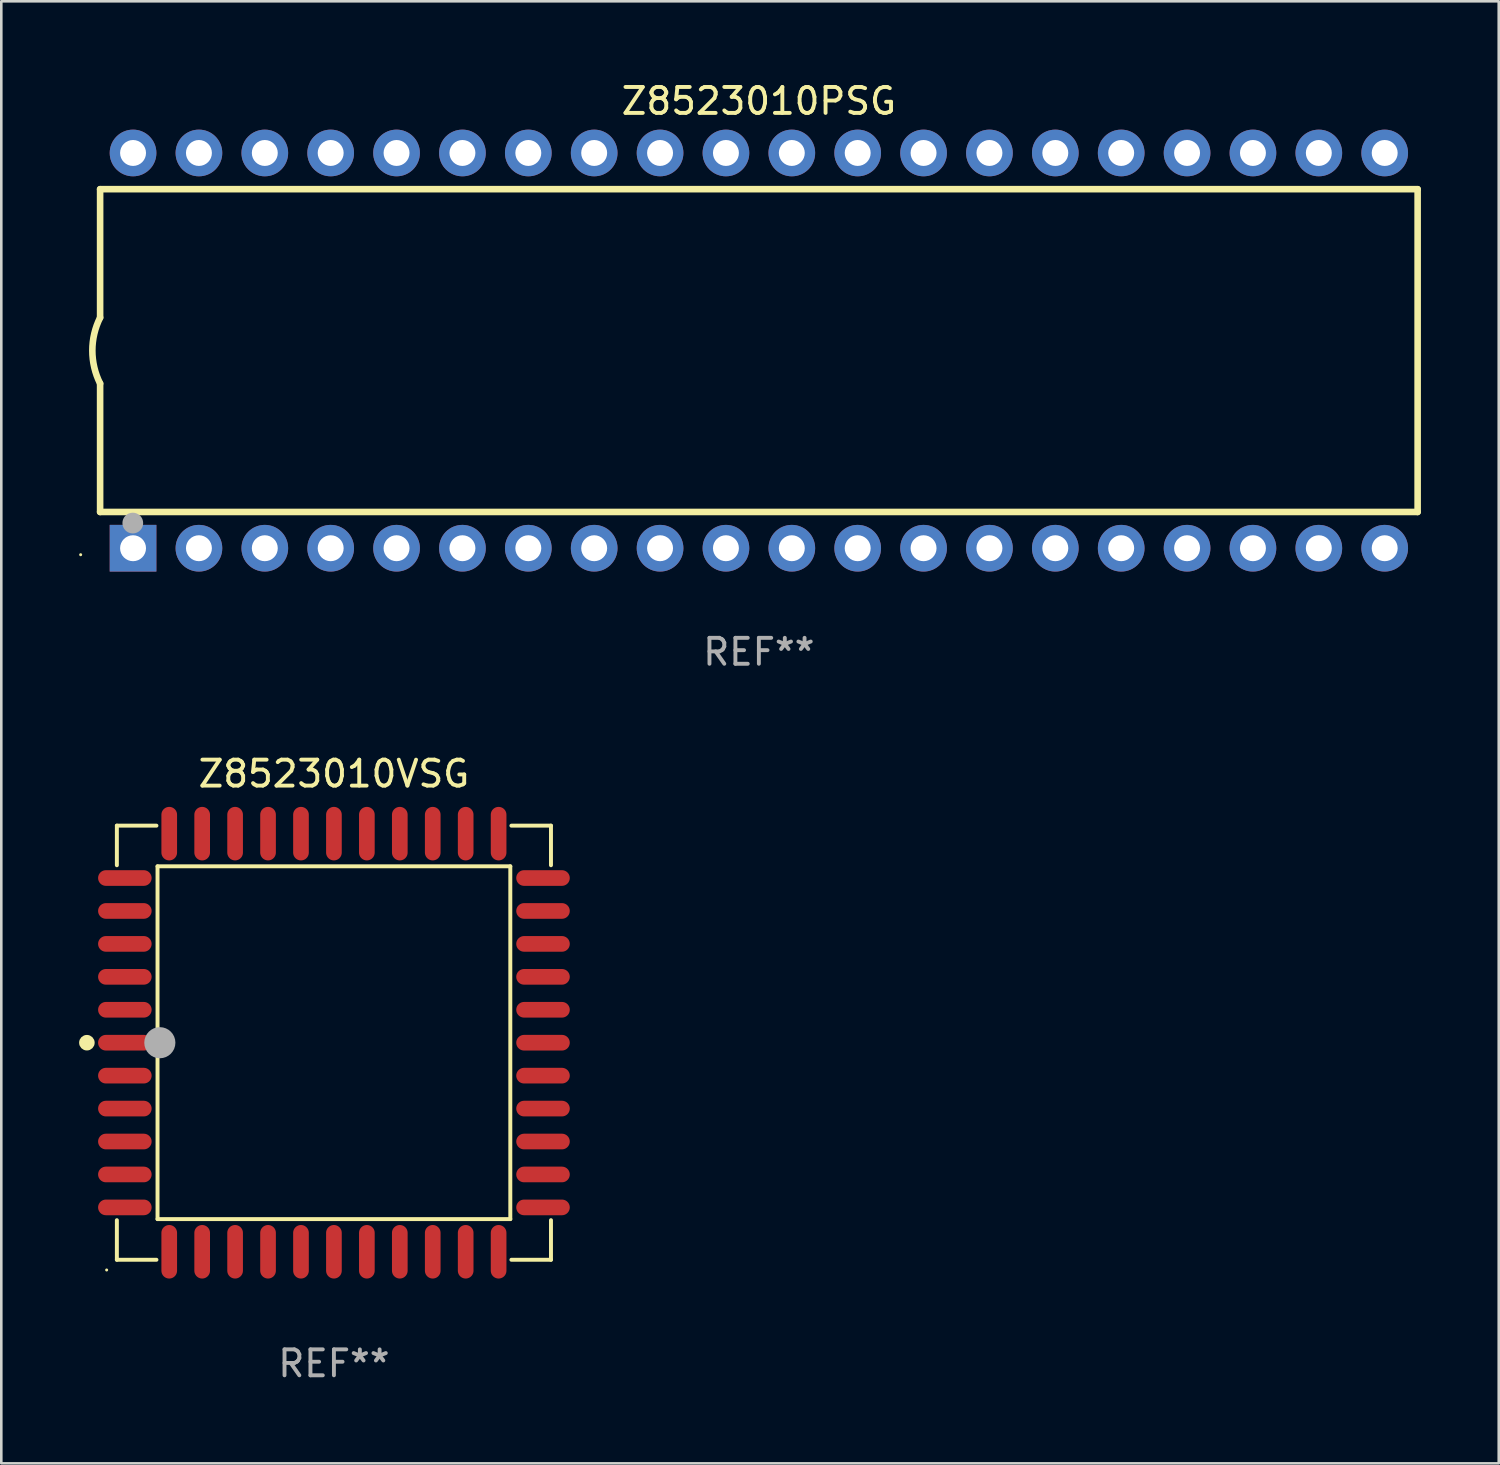
<source format=kicad_pcb>
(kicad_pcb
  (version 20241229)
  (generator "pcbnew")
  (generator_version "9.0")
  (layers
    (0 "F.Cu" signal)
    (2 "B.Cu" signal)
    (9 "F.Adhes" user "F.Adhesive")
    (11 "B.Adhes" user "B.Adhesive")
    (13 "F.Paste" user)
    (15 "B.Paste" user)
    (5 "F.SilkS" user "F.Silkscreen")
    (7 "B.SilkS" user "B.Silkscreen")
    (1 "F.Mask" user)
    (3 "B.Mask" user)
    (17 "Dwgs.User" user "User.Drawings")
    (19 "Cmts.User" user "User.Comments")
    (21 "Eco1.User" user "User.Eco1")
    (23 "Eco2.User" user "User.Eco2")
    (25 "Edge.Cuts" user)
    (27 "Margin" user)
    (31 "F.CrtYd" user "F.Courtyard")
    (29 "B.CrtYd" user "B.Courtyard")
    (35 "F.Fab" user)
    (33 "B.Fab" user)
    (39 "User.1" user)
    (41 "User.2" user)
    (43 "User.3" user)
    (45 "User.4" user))
  (footprint "Z8523010VSG"
    (layer "F.Cu")
    (at 9.825 37.154)
    (property "Reference" "Z8523010VSG" (at 0 -10.369 0) (layer "F.SilkS") (effects (font (size 1 1) (thickness 0.15))))
    (attr through_hole)
    (fp_line (start -8.369 -8.369) (end -6.843 -8.369) (stroke (width 0.152) (type solid)) (layer "F.SilkS"))
    (fp_line (start -8.369 -6.843) (end -8.369 -8.369) (stroke (width 0.152) (type solid)) (layer "F.SilkS"))
    (fp_line (start -8.369 6.843) (end -8.369 8.369) (stroke (width 0.152) (type solid)) (layer "F.SilkS"))
    (fp_line (start -8.369 8.369) (end -6.843 8.369) (stroke (width 0.152) (type solid)) (layer "F.SilkS"))
    (fp_line (start -6.801 -6.801) (end 6.801 -6.801) (stroke (width 0.152) (type solid)) (layer "F.SilkS"))
    (fp_line (start -6.801 6.801) (end -6.801 -6.801) (stroke (width 0.152) (type solid)) (layer "F.SilkS"))
    (fp_line (start 6.801 -6.801) (end 6.801 6.801) (stroke (width 0.152) (type solid)) (layer "F.SilkS"))
    (fp_line (start 6.801 6.801) (end -6.801 6.801) (stroke (width 0.152) (type solid)) (layer "F.SilkS"))
    (fp_line (start 8.369 -8.369) (end 6.843 -8.369) (stroke (width 0.152) (type solid)) (layer "F.SilkS"))
    (fp_line (start 8.369 -6.843) (end 8.369 -8.369) (stroke (width 0.152) (type solid)) (layer "F.SilkS"))
    (fp_line (start 8.369 6.843) (end 8.369 8.369) (stroke (width 0.152) (type solid)) (layer "F.SilkS"))
    (fp_line (start 8.369 8.369) (end 6.843 8.369) (stroke (width 0.152) (type solid)) (layer "F.SilkS"))
    (fp_circle (center -9.525 -0.000127) (end -9.375 -0.000127) (stroke (width 0.3) (type solid)) (fill no) (layer "F.SilkS"))
    (fp_circle (center -8.763 8.763) (end -8.733 8.763) (stroke (width 0.06) (type solid)) (fill no) (layer "F.SilkS"))
    (fp_circle (center -6.712 -0.000127) (end -6.412 -0.000127) (stroke (width 0.6) (type solid)) (fill no) (layer "F.Fab"))
    (fp_text user "REF**" (at 0 12.369 0) (layer "F.Fab") (effects (font (size 1 1) (thickness 0.15))))
    (pad "1" smd oval (at -8.061 -0.000127 90) (size 0.604 2.064) (layers "F.Cu" "F.Mask" "F.Paste"))
    (pad "2" smd oval (at -8.061 1.27 90) (size 0.604 2.064) (layers "F.Cu" "F.Mask" "F.Paste"))
    (pad "3" smd oval (at -8.061 2.54 90) (size 0.604 2.064) (layers "F.Cu" "F.Mask" "F.Paste"))
    (pad "4" smd oval (at -8.061 3.81 90) (size 0.604 2.064) (layers "F.Cu" "F.Mask" "F.Paste"))
    (pad "5" smd oval (at -8.061 5.08 90) (size 0.604 2.064) (layers "F.Cu" "F.Mask" "F.Paste"))
    (pad "6" smd oval (at -8.061 6.35 90) (size 0.604 2.064) (layers "F.Cu" "F.Mask" "F.Paste"))
    (pad "7" smd oval (at -6.35 8.061 90) (size 2.064 0.604) (layers "F.Cu" "F.Mask" "F.Paste"))
    (pad "8" smd oval (at -5.08 8.061 90) (size 2.064 0.604) (layers "F.Cu" "F.Mask" "F.Paste"))
    (pad "9" smd oval (at -3.81 8.061 90) (size 2.064 0.604) (layers "F.Cu" "F.Mask" "F.Paste"))
    (pad "10" smd oval (at -2.54 8.061 90) (size 2.064 0.604) (layers "F.Cu" "F.Mask" "F.Paste"))
    (pad "11" smd oval (at -1.27 8.061 90) (size 2.064 0.604) (layers "F.Cu" "F.Mask" "F.Paste"))
    (pad "12" smd oval (at 0.000076 8.061 90) (size 2.064 0.604) (layers "F.Cu" "F.Mask" "F.Paste"))
    (pad "13" smd oval (at 1.27 8.061 90) (size 2.064 0.604) (layers "F.Cu" "F.Mask" "F.Paste"))
    (pad "14" smd oval (at 2.54 8.061 90) (size 2.064 0.604) (layers "F.Cu" "F.Mask" "F.Paste"))
    (pad "15" smd oval (at 3.81 8.061 90) (size 2.064 0.604) (layers "F.Cu" "F.Mask" "F.Paste"))
    (pad "16" smd oval (at 5.08 8.061 90) (size 2.064 0.604) (layers "F.Cu" "F.Mask" "F.Paste"))
    (pad "17" smd oval (at 6.35 8.061 90) (size 2.064 0.604) (layers "F.Cu" "F.Mask" "F.Paste"))
    (pad "18" smd oval (at 8.062 6.35 90) (size 0.604 2.064) (layers "F.Cu" "F.Mask" "F.Paste"))
    (pad "19" smd oval (at 8.062 5.08 90) (size 0.604 2.064) (layers "F.Cu" "F.Mask" "F.Paste"))
    (pad "20" smd oval (at 8.062 3.81 90) (size 0.604 2.064) (layers "F.Cu" "F.Mask" "F.Paste"))
    (pad "21" smd oval (at 8.062 2.54 90) (size 0.604 2.064) (layers "F.Cu" "F.Mask" "F.Paste"))
    (pad "22" smd oval (at 8.062 1.27 90) (size 0.604 2.064) (layers "F.Cu" "F.Mask" "F.Paste"))
    (pad "23" smd oval (at 8.062 -0.000127 90) (size 0.604 2.064) (layers "F.Cu" "F.Mask" "F.Paste"))
    (pad "24" smd oval (at 8.062 -1.27 90) (size 0.604 2.064) (layers "F.Cu" "F.Mask" "F.Paste"))
    (pad "25" smd oval (at 8.062 -2.54 90) (size 0.604 2.064) (layers "F.Cu" "F.Mask" "F.Paste"))
    (pad "26" smd oval (at 8.062 -3.81 90) (size 0.604 2.064) (layers "F.Cu" "F.Mask" "F.Paste"))
    (pad "27" smd oval (at 8.062 -5.08 90) (size 0.604 2.064) (layers "F.Cu" "F.Mask" "F.Paste"))
    (pad "28" smd oval (at 8.062 -6.35 90) (size 0.604 2.064) (layers "F.Cu" "F.Mask" "F.Paste"))
    (pad "29" smd oval (at 6.35 -8.061 90) (size 2.064 0.604) (layers "F.Cu" "F.Mask" "F.Paste"))
    (pad "30" smd oval (at 5.08 -8.061 90) (size 2.064 0.604) (layers "F.Cu" "F.Mask" "F.Paste"))
    (pad "31" smd oval (at 3.81 -8.061 90) (size 2.064 0.604) (layers "F.Cu" "F.Mask" "F.Paste"))
    (pad "32" smd oval (at 2.54 -8.061 90) (size 2.064 0.604) (layers "F.Cu" "F.Mask" "F.Paste"))
    (pad "33" smd oval (at 1.27 -8.061 90) (size 2.064 0.604) (layers "F.Cu" "F.Mask" "F.Paste"))
    (pad "34" smd oval (at 0.000076 -8.061 90) (size 2.064 0.604) (layers "F.Cu" "F.Mask" "F.Paste"))
    (pad "35" smd oval (at -1.27 -8.061 90) (size 2.064 0.604) (layers "F.Cu" "F.Mask" "F.Paste"))
    (pad "36" smd oval (at -2.54 -8.061 90) (size 2.064 0.604) (layers "F.Cu" "F.Mask" "F.Paste"))
    (pad "37" smd oval (at -3.81 -8.061 90) (size 2.064 0.604) (layers "F.Cu" "F.Mask" "F.Paste"))
    (pad "38" smd oval (at -5.08 -8.061 90) (size 2.064 0.604) (layers "F.Cu" "F.Mask" "F.Paste"))
    (pad "39" smd oval (at -6.35 -8.061 90) (size 2.064 0.604) (layers "F.Cu" "F.Mask" "F.Paste"))
    (pad "40" smd oval (at -8.061 -6.35 90) (size 0.604 2.064) (layers "F.Cu" "F.Mask" "F.Paste"))
    (pad "41" smd oval (at -8.061 -5.08 90) (size 0.604 2.064) (layers "F.Cu" "F.Mask" "F.Paste"))
    (pad "42" smd oval (at -8.061 -3.81 90) (size 0.604 2.064) (layers "F.Cu" "F.Mask" "F.Paste"))
    (pad "43" smd oval (at -8.061 -2.54 90) (size 0.604 2.064) (layers "F.Cu" "F.Mask" "F.Paste"))
    (pad "44" smd oval (at -8.061 -1.27 90) (size 0.604 2.064) (layers "F.Cu" "F.Mask" "F.Paste")))
  (footprint "Z8523010PSG"
    (layer "F.Cu")
    (at 26.21 10.468)
    (property "Reference" "Z8523010PSG" (at 0 -9.62 0) (layer "F.SilkS") (effects (font (size 1 1) (thickness 0.15))))
    (attr through_hole)
    (fp_line (start -25.4 -6.224) (end -25.4 -1.271) (stroke (width 0.254) (type solid)) (layer "F.SilkS"))
    (fp_line (start -25.4 -6.224) (end 25.4 -6.224) (stroke (width 0.254) (type solid)) (layer "F.SilkS"))
    (fp_line (start -25.4 1.269) (end -25.4 6.222) (stroke (width 0.254) (type solid)) (layer "F.SilkS"))
    (fp_line (start -25.4 6.222) (end 25.4 6.222) (stroke (width 0.254) (type solid)) (layer "F.SilkS"))
    (fp_line (start 25.4 6.222) (end 25.4 -6.224) (stroke (width 0.254) (type solid)) (layer "F.SilkS"))
    (fp_arc (start -25.4 1.269241) (mid -25.699807 -0.000762) (end -25.4 -1.270765) (stroke (width 0.254001) (type solid)) (layer "F.SilkS"))
    (fp_circle (center -26.15 7.87) (end -26.12 7.87) (stroke (width 0.06) (type solid)) (fill no) (layer "F.SilkS"))
    (fp_circle (center -24.14 6.65) (end -23.94 6.65) (stroke (width 0.4) (type solid)) (fill no) (layer "F.Fab"))
    (fp_text user "REF**" (at 0 11.62 0) (layer "F.Fab") (effects (font (size 1 1) (thickness 0.15))))
    (pad "1" thru_hole rect (at -24.13 7.62 90) (size 1.8 1.8) (drill 1) (layers "*.Cu" "*.Mask"))
    (pad "2" thru_hole circle (at -21.59 7.62) (size 1.8 1.8) (drill 1) (layers "*.Cu" "*.Mask"))
    (pad "3" thru_hole circle (at -19.05 7.62) (size 1.8 1.8) (drill 1) (layers "*.Cu" "*.Mask"))
    (pad "4" thru_hole circle (at -16.51 7.62) (size 1.8 1.8) (drill 1) (layers "*.Cu" "*.Mask"))
    (pad "5" thru_hole circle (at -13.97 7.62) (size 1.8 1.8) (drill 1) (layers "*.Cu" "*.Mask"))
    (pad "6" thru_hole circle (at -11.43 7.62) (size 1.8 1.8) (drill 1) (layers "*.Cu" "*.Mask"))
    (pad "7" thru_hole circle (at -8.89 7.62) (size 1.8 1.8) (drill 1) (layers "*.Cu" "*.Mask"))
    (pad "8" thru_hole circle (at -6.35 7.62) (size 1.8 1.8) (drill 1) (layers "*.Cu" "*.Mask"))
    (pad "9" thru_hole circle (at -3.81 7.62) (size 1.8 1.8) (drill 1) (layers "*.Cu" "*.Mask"))
    (pad "10" thru_hole circle (at -1.27 7.62) (size 1.8 1.8) (drill 1) (layers "*.Cu" "*.Mask"))
    (pad "11" thru_hole circle (at 1.27 7.62) (size 1.8 1.8) (drill 1) (layers "*.Cu" "*.Mask"))
    (pad "12" thru_hole circle (at 3.81 7.62) (size 1.8 1.8) (drill 1) (layers "*.Cu" "*.Mask"))
    (pad "13" thru_hole circle (at 6.35 7.62) (size 1.8 1.8) (drill 1) (layers "*.Cu" "*.Mask"))
    (pad "14" thru_hole circle (at 8.89 7.62) (size 1.8 1.8) (drill 1) (layers "*.Cu" "*.Mask"))
    (pad "15" thru_hole circle (at 11.43 7.62) (size 1.8 1.8) (drill 1) (layers "*.Cu" "*.Mask"))
    (pad "16" thru_hole circle (at 13.97 7.62) (size 1.8 1.8) (drill 1) (layers "*.Cu" "*.Mask"))
    (pad "17" thru_hole circle (at 16.51 7.62) (size 1.8 1.8) (drill 1) (layers "*.Cu" "*.Mask"))
    (pad "18" thru_hole circle (at 19.05 7.62) (size 1.8 1.8) (drill 1) (layers "*.Cu" "*.Mask"))
    (pad "19" thru_hole circle (at 21.59 7.62) (size 1.8 1.8) (drill 1) (layers "*.Cu" "*.Mask"))
    (pad "20" thru_hole circle (at 24.13 7.62) (size 1.8 1.8) (drill 1) (layers "*.Cu" "*.Mask"))
    (pad "21" thru_hole circle (at 24.13 -7.62) (size 1.8 1.8) (drill 1) (layers "*.Cu" "*.Mask"))
    (pad "22" thru_hole circle (at 21.59 -7.62) (size 1.8 1.8) (drill 1) (layers "*.Cu" "*.Mask"))
    (pad "23" thru_hole circle (at 19.05 -7.62) (size 1.8 1.8) (drill 1) (layers "*.Cu" "*.Mask"))
    (pad "24" thru_hole circle (at 16.51 -7.62) (size 1.8 1.8) (drill 1) (layers "*.Cu" "*.Mask"))
    (pad "25" thru_hole circle (at 13.97 -7.62) (size 1.8 1.8) (drill 1) (layers "*.Cu" "*.Mask"))
    (pad "26" thru_hole circle (at 11.43 -7.62) (size 1.8 1.8) (drill 1) (layers "*.Cu" "*.Mask"))
    (pad "27" thru_hole circle (at 8.89 -7.62) (size 1.8 1.8) (drill 1) (layers "*.Cu" "*.Mask"))
    (pad "28" thru_hole circle (at 6.35 -7.62) (size 1.8 1.8) (drill 1) (layers "*.Cu" "*.Mask"))
    (pad "29" thru_hole circle (at 3.81 -7.62) (size 1.8 1.8) (drill 1) (layers "*.Cu" "*.Mask"))
    (pad "30" thru_hole circle (at 1.27 -7.62) (size 1.8 1.8) (drill 1) (layers "*.Cu" "*.Mask"))
    (pad "31" thru_hole circle (at -1.27 -7.62) (size 1.8 1.8) (drill 1) (layers "*.Cu" "*.Mask"))
    (pad "32" thru_hole circle (at -3.81 -7.62) (size 1.8 1.8) (drill 1) (layers "*.Cu" "*.Mask"))
    (pad "33" thru_hole circle (at -6.35 -7.62) (size 1.8 1.8) (drill 1) (layers "*.Cu" "*.Mask"))
    (pad "34" thru_hole circle (at -8.89 -7.62) (size 1.8 1.8) (drill 1) (layers "*.Cu" "*.Mask"))
    (pad "35" thru_hole circle (at -11.43 -7.62) (size 1.8 1.8) (drill 1) (layers "*.Cu" "*.Mask"))
    (pad "36" thru_hole circle (at -13.97 -7.62) (size 1.8 1.8) (drill 1) (layers "*.Cu" "*.Mask"))
    (pad "37" thru_hole circle (at -16.51 -7.62) (size 1.8 1.8) (drill 1) (layers "*.Cu" "*.Mask"))
    (pad "38" thru_hole circle (at -19.05 -7.62) (size 1.8 1.8) (drill 1) (layers "*.Cu" "*.Mask"))
    (pad "39" thru_hole circle (at -21.59 -7.62) (size 1.8 1.8) (drill 1) (layers "*.Cu" "*.Mask"))
    (pad "40" thru_hole circle (at -24.13 -7.62) (size 1.8 1.8) (drill 1) (layers "*.Cu" "*.Mask")))
  (gr_rect
    (start -3 -3)
    (end 54.737 53.372)
    (stroke (width 0.1) (type default))
    (fill no)
    (layer "Edge.Cuts")))
</source>
